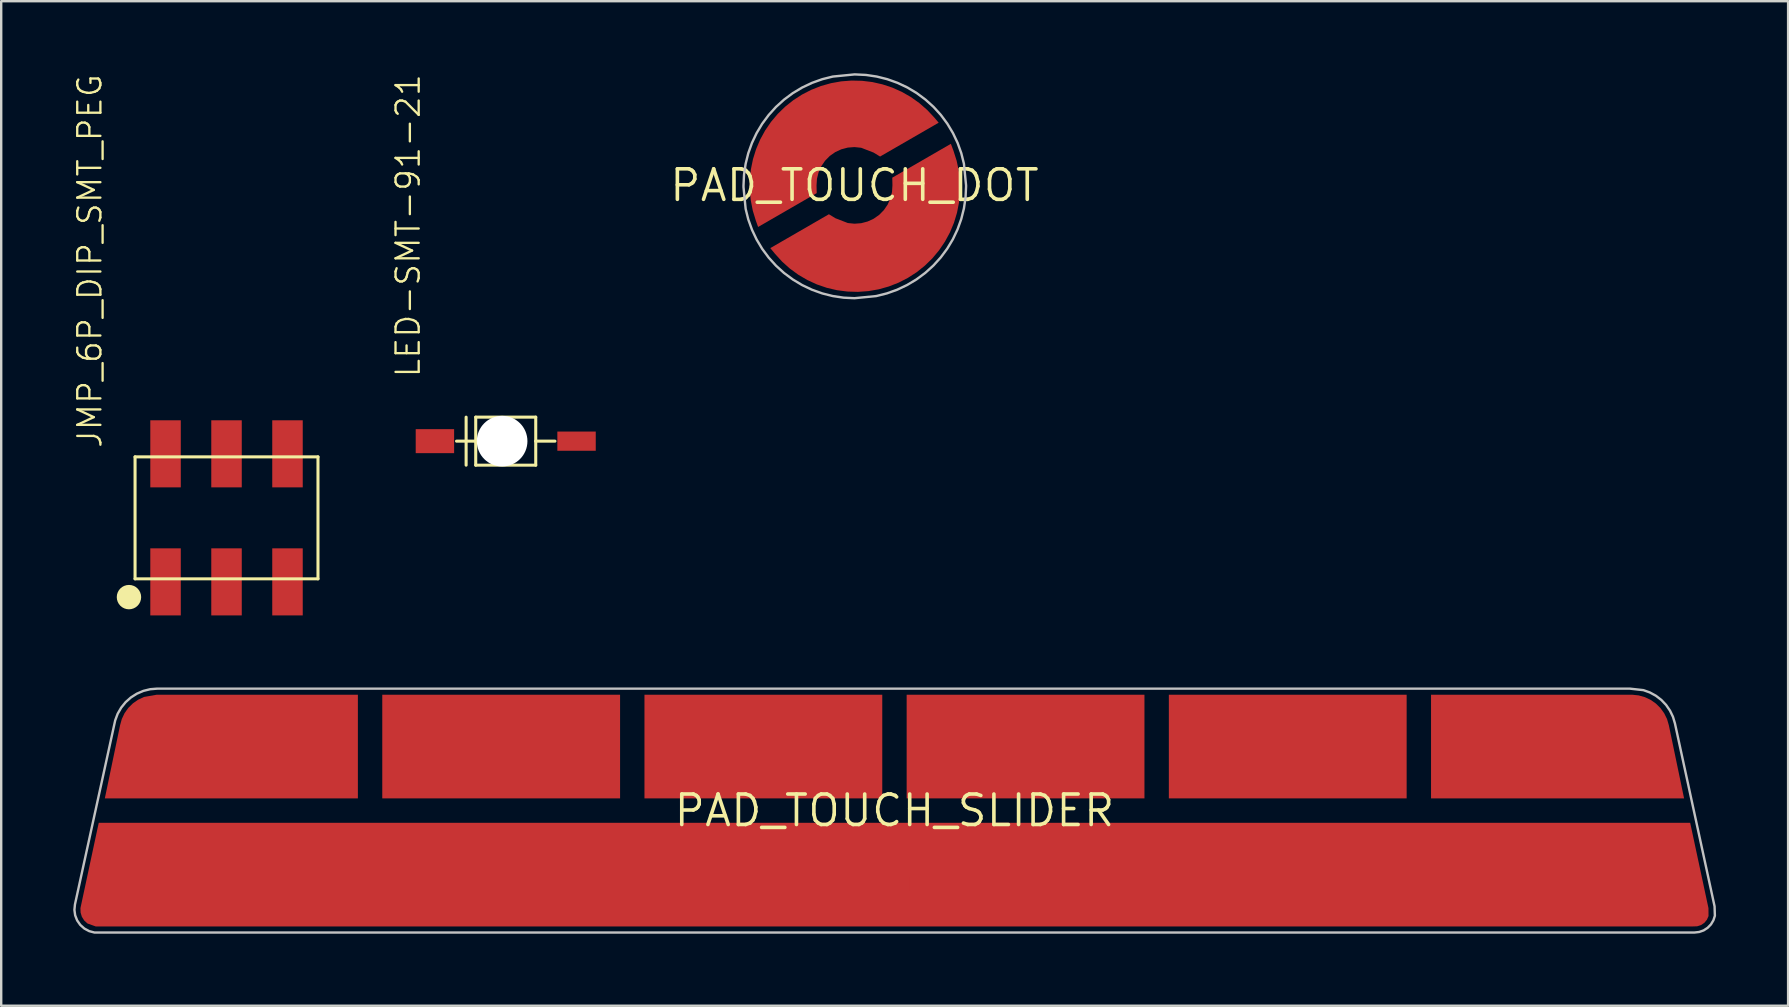
<source format=kicad_pcb>
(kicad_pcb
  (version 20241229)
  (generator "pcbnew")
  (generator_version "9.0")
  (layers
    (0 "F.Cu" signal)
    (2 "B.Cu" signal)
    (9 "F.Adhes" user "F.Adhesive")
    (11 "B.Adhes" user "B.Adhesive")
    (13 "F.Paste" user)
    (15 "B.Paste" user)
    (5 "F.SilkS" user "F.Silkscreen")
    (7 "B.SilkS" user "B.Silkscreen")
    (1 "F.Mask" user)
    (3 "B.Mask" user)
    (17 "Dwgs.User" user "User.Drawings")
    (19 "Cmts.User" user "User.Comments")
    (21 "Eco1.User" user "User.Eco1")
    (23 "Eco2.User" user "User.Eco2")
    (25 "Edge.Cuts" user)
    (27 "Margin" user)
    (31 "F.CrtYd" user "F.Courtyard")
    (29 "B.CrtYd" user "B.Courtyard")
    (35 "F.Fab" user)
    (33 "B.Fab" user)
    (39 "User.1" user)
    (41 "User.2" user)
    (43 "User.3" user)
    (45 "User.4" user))
  (footprint "PAD_TOUCH_DOT"
    (layer "F.Cu")
    (at 32.545 4.673)
    (property "Reference" "PAD_TOUCH_DOT" (at 0 0 0) (layer "F.SilkS") (effects (font (size 1.27 1.27) (thickness 0.15))))
    (attr through_hole)
    (fp_poly (pts (xy 4.015 -1.732) (xy 1.574 -0.322) (xy 1.581 -0.004) (xy 1.581 -0.004) (xy 1.563 0.274) (xy 1.496 0.545) (xy 1.382 0.799) (xy 1.224 1.029) (xy 1.029 1.227) (xy 0.801 1.387) (xy 0.548 1.504) (xy 0.278 1.575) (xy 0.001 1.596) (xy -0.276 1.568) (xy -0.794 1.368) (xy -1.066 1.202) (xy -3.507 2.612) (xy -3.311 2.85) (xy -3.017 3.173) (xy -2.692 3.465) (xy -2.339 3.722) (xy -1.962 3.943) (xy -1.566 4.125) (xy -1.152 4.267) (xy -0.727 4.366) (xy -0.294 4.422) (xy 0.143 4.435) (xy 0.578 4.404) (xy 1.008 4.329) (xy 1.429 4.211) (xy 1.836 4.052) (xy 2.224 3.853) (xy 2.591 3.616) (xy 2.932 3.343) (xy 3.245 3.038) (xy 3.524 2.703) (xy 3.769 2.341) (xy 3.977 1.957) (xy 4.145 1.554) (xy 4.271 1.136) (xy 4.355 0.707) (xy 4.396 0.272) (xy 4.393 -0.165) (xy 4.346 -0.599) (xy 4.256 -1.026) (xy 4.124 -1.442)) (stroke (width 0) (type solid)) (fill yes) (layer "F.Cu"))
    (fp_poly (pts (xy 3.507 -2.612) (xy 3.324 -2.828) (xy 3.324 -2.828) (xy 3.027 -3.144) (xy 2.701 -3.429) (xy 2.348 -3.681) (xy 1.972 -3.896) (xy 1.576 -4.073) (xy 1.165 -4.209) (xy 0.743 -4.305) (xy 0.313 -4.357) (xy -0.121 -4.367) (xy -0.553 -4.334) (xy -0.979 -4.258) (xy -1.396 -4.141) (xy -1.799 -3.982) (xy -2.185 -3.784) (xy -2.549 -3.549) (xy -2.888 -3.279) (xy -3.198 -2.977) (xy -3.477 -2.646) (xy -3.722 -2.288) (xy -3.93 -1.908) (xy -4.099 -1.509) (xy -4.228 -1.095) (xy -4.315 -0.671) (xy -4.36 -0.24) (xy -4.362 0.193) (xy -4.32 0.625) (xy -4.237 1.05) (xy -4.111 1.464) (xy -4.015 1.732) (xy -1.574 0.322) (xy -1.581 0.004) (xy -1.581 0.004) (xy -1.563 -0.274) (xy -1.496 -0.545) (xy -1.382 -0.799) (xy -1.224 -1.029) (xy -1.029 -1.227) (xy -0.801 -1.387) (xy -0.548 -1.504) (xy -0.278 -1.575) (xy -0.001 -1.596) (xy 0.276 -1.568) (xy 0.794 -1.368) (xy 1.066 -1.202)) (stroke (width 0) (type solid)) (fill yes) (layer "F.Cu"))
    (fp_poly (pts (xy 3.703 -2.578) (xy 3.421 -2.914) (xy 3.421 -2.914) (xy 3.128 -3.231) (xy 2.805 -3.518) (xy 2.457 -3.773) (xy 2.085 -3.994) (xy 1.694 -4.177) (xy 1.288 -4.323) (xy 0.869 -4.428) (xy 0.442 -4.493) (xy 0.01 -4.516) (xy -0.421 -4.498) (xy -0.849 -4.438) (xy -1.269 -4.338) (xy -1.678 -4.197) (xy -2.071 -4.018) (xy -2.445 -3.802) (xy -2.796 -3.552) (xy -3.122 -3.268) (xy -3.419 -2.954) (xy -3.685 -2.614) (xy -3.916 -2.249) (xy -4.112 -1.864) (xy -4.269 -1.462) (xy -4.387 -1.046) (xy -4.465 -0.621) (xy -4.501 -0.191) (xy -4.496 0.241) (xy -4.449 0.67) (xy -4.234 1.506) (xy -4.084 1.918)) (stroke (width 0) (type solid)) (fill yes) (layer "F.Mask"))
    (fp_poly (pts (xy 4.084 -1.918) (xy 4.234 -1.506) (xy 4.234 -1.506) (xy 4.362 -1.093) (xy 4.449 -0.67) (xy 4.496 -0.241) (xy 4.501 0.191) (xy 4.465 0.621) (xy 4.387 1.046) (xy 4.269 1.462) (xy 4.112 1.864) (xy 3.916 2.249) (xy 3.685 2.614) (xy 3.419 2.954) (xy 3.122 3.268) (xy 2.796 3.552) (xy 2.445 3.802) (xy 2.071 4.018) (xy 1.678 4.197) (xy 1.269 4.338) (xy 0.849 4.438) (xy 0.421 4.498) (xy -0.01 4.516) (xy -0.442 4.493) (xy -0.869 4.428) (xy -1.288 4.323) (xy -1.694 4.177) (xy -2.085 3.994) (xy -2.457 3.773) (xy -2.805 3.518) (xy -3.421 2.914) (xy -3.703 2.578)) (stroke (width 0) (type solid)) (fill yes) (layer "F.Mask"))
    (fp_poly (pts (xy 4.648 0) (xy 4.648 0.051) (xy 4.648 0.051) (xy 4.626 0.506) (xy 4.559 0.958) (xy 4.448 1.4) (xy 4.294 1.83) (xy 4.099 2.242) (xy 3.865 2.633) (xy 3.593 3) (xy 3.287 3.338) (xy 2.949 3.644) (xy 2.582 3.916) (xy 2.191 4.15) (xy 1.779 4.345) (xy 1.349 4.499) (xy 0.907 4.61) (xy 0 4.699) (xy 0.000001 4.699) (xy -0.453 4.677) (xy -0.902 4.61) (xy -1.342 4.5) (xy -1.769 4.347) (xy -2.179 4.153) (xy -2.568 3.92) (xy -2.933 3.65) (xy -3.269 3.345) (xy -3.573 3.009) (xy -3.844 2.644) (xy -4.077 2.255) (xy -4.271 1.845) (xy -4.424 1.418) (xy -4.534 0.978) (xy -4.623 0.076) (xy -4.623 0) (xy -4.601 -0.453) (xy -4.534 -0.902) (xy -4.424 -1.342) (xy -4.271 -1.769) (xy -4.077 -2.179) (xy -3.844 -2.568) (xy -3.573 -2.933) (xy -3.269 -3.269) (xy -2.933 -3.573) (xy -2.568 -3.844) (xy -2.179 -4.077) (xy -1.769 -4.271) (xy -1.342 -4.424) (xy -0.902 -4.534) (xy 0 -4.623) (xy 0.025 -4.623) (xy 0.025 -4.623) (xy 0.479 -4.601) (xy 0.927 -4.534) (xy 1.367 -4.424) (xy 1.794 -4.271) (xy 2.205 -4.077) (xy 2.594 -3.844) (xy 2.958 -3.573) (xy 3.294 -3.269) (xy 3.599 -2.933) (xy 3.869 -2.568) (xy 4.102 -2.179) (xy 4.296 -1.769) (xy 4.449 -1.342) (xy 4.559 -0.902)) (stroke (width 0.1) (type solid)) (fill no) (layer "Dwgs.User"))
    (pad "P$1" smd rect (at -1.371 -2.376 30) (size 1.016 0.508) (layers "F.Cu" "F.Mask"))
    (pad "P$2" smd rect (at 1.429 2.577 30) (size 1.016 0.508) (layers "F.Cu" "F.Mask")))
  (footprint "PAD_TOUCH_SLIDER"
    (layer "F.Cu")
    (at 34.21 30.716)
    (property "Reference" "PAD_TOUCH_SLIDER" (at 0 0 0) (layer "F.SilkS") (effects (font (size 1.27 1.27) (thickness 0.15))))
    (attr through_hole)
    (fp_poly (pts (xy -21.336 -0.508) (xy -21.336 -4.826) (xy -11.43 -4.826) (xy -11.43 -0.508)) (stroke (width 0) (type solid)) (fill yes) (layer "F.Cu"))
    (fp_poly (pts (xy -10.414 -0.508) (xy -10.414 -4.826) (xy -0.508 -4.826) (xy -0.508 -0.508)) (stroke (width 0) (type solid)) (fill yes) (layer "F.Cu"))
    (fp_poly (pts (xy 0.508 -4.826) (xy 0.508 -0.508) (xy 10.414 -0.508) (xy 10.414 -4.826)) (stroke (width 0) (type solid)) (fill yes) (layer "F.Cu"))
    (fp_poly (pts (xy 11.43 -0.508) (xy 11.43 -4.826) (xy 21.336 -4.826) (xy 21.336 -0.508)) (stroke (width 0) (type solid)) (fill yes) (layer "F.Cu"))
    (fp_poly (pts (xy -32.893 -0.508) (xy -32.258 -3.556) (xy -32.186 -3.815) (xy -32.071 -4.058) (xy -31.916 -4.277) (xy -31.725 -4.466) (xy -31.505 -4.62) (xy -31.261 -4.733) (xy -30.734 -4.826) (xy -22.352 -4.826) (xy -22.352 -0.508)) (stroke (width 0) (type solid)) (fill yes) (layer "F.Cu"))
    (fp_poly (pts (xy 22.352 -0.508) (xy 22.352 -4.826) (xy 30.734 -4.826) (xy 31 -4.798) (xy 31.258 -4.726) (xy 31.5 -4.612) (xy 31.719 -4.458) (xy 31.909 -4.27) (xy 32.065 -4.053) (xy 32.183 -3.813) (xy 32.258 -3.556) (xy 32.893 -0.508)) (stroke (width 0) (type solid)) (fill yes) (layer "F.Cu"))
    (fp_poly (pts (xy -33.274 4.826) (xy 33.274 4.826) (xy 33.274 4.826) (xy 33.441 4.82) (xy 33.599 4.769) (xy 33.738 4.675) (xy 33.844 4.547) (xy 33.911 4.394) (xy 33.909 4.064) (xy 33.147 0.508) (xy -33.147 0.508) (xy -33.909 4.064) (xy -33.909 4.064) (xy -33.903 4.248) (xy -33.85 4.423) (xy -33.752 4.579) (xy -33.617 4.703)) (stroke (width 0) (type solid)) (fill yes) (layer "F.Cu"))
    (fp_poly (pts (xy -21.463 -0.381) (xy -21.463 -4.953) (xy -11.303 -4.953) (xy -11.303 -0.381)) (stroke (width 0) (type solid)) (fill yes) (layer "F.Mask"))
    (fp_poly (pts (xy -10.541 -4.953) (xy -0.381 -4.953) (xy -0.381 -0.381) (xy -10.541 -0.381)) (stroke (width 0) (type solid)) (fill yes) (layer "F.Mask"))
    (fp_poly (pts (xy 0.381 -4.953) (xy 10.541 -4.953) (xy 10.541 -0.381) (xy 0.381 -0.381)) (stroke (width 0) (type solid)) (fill yes) (layer "F.Mask"))
    (fp_poly (pts (xy 11.303 -4.953) (xy 21.463 -4.953) (xy 21.463 -0.381) (xy 11.303 -0.381)) (stroke (width 0) (type solid)) (fill yes) (layer "F.Mask"))
    (fp_poly (pts (xy 22.225 -4.953) (xy 30.734 -4.953) (xy 31.025 -4.923) (xy 31.306 -4.844) (xy 31.57 -4.718) (xy 31.809 -4.549) (xy 32.015 -4.342) (xy 32.183 -4.103) (xy 32.385 -3.556) (xy 33.02 -0.508) (xy 32.893 -0.381) (xy 22.225 -0.381)) (stroke (width 0) (type solid)) (fill yes) (layer "F.Mask"))
    (fp_poly (pts (xy -33.02 -0.508) (xy -32.893 -0.381) (xy -22.225 -0.381) (xy -22.225 -4.953) (xy -30.734 -4.953) (xy -31.005 -4.952) (xy -31.273 -4.904) (xy -31.528 -4.811) (xy -31.764 -4.676) (xy -31.973 -4.503) (xy -32.149 -4.297) (xy -32.288 -4.064) (xy -32.385 -3.81)) (stroke (width 0) (type solid)) (fill yes) (layer "F.Mask"))
    (fp_poly (pts (xy 33.274 0.508) (xy 33.147 0.381) (xy -33.147 0.381) (xy -33.274 0.508) (xy -34.036 4.064) (xy -34.036 4.064) (xy -34.03 4.282) (xy -33.966 4.491) (xy -33.848 4.674) (xy -33.685 4.819) (xy -33.274 4.953) (xy 33.274 4.953) (xy 33.454 4.96) (xy 33.629 4.918) (xy 33.786 4.83) (xy 33.913 4.703) (xy 34.001 4.546) (xy 34.036 4.191)) (stroke (width 0) (type solid)) (fill yes) (layer "F.Mask"))
    (fp_poly (pts (xy 32.817 5.08) (xy 33.325 5.08) (xy 33.325 5.08) (xy 33.522 5.057) (xy 33.709 4.991) (xy 33.875 4.883) (xy 34.013 4.741) (xy 34.115 4.57) (xy 34.176 4.382) (xy 34.163 3.988) (xy 32.512 -3.632) (xy 32.512 -3.632) (xy 32.43 -3.906) (xy 32.306 -4.164) (xy 32.144 -4.4) (xy 31.947 -4.608) (xy 31.72 -4.783) (xy 31.469 -4.92) (xy 31.2 -5.017) (xy 30.632 -5.08) (xy -30.658 -5.08) (xy -30.683 -5.08) (xy -30.709 -5.08) (xy -30.709 -5.08) (xy -31.002 -5.056) (xy -31.287 -4.986) (xy -31.558 -4.87) (xy -31.806 -4.713) (xy -32.026 -4.517) (xy -32.211 -4.289) (xy -32.358 -4.034) (xy -32.461 -3.759) (xy -34.138 3.912) (xy -34.138 3.912) (xy -34.16 4.138) (xy -34.129 4.364) (xy -34.046 4.576) (xy -33.916 4.763) (xy -33.746 4.914) (xy -33.545 5.022) (xy -33.325 5.08) (xy 32.893 5.08)) (stroke (width 0.1) (type solid)) (fill no) (layer "Dwgs.User"))
    (pad "P$1" smd rect (at 0 3.048) (size 1.27 0.635) (layers "F.Cu" "F.Mask"))
    (pad "P$2" smd rect (at -27.305 -3.175) (size 1.27 0.635) (layers "F.Cu" "F.Mask"))
    (pad "P$3" smd rect (at -17.145 -3.175) (size 1.27 0.635) (layers "F.Cu" "F.Mask"))
    (pad "P$4" smd rect (at -4.826 -3.175) (size 1.27 0.635) (layers "F.Cu" "F.Mask"))
    (pad "P$5" smd rect (at 5.461 -3.175) (size 1.27 0.635) (layers "F.Cu" "F.Mask"))
    (pad "P$6" smd rect (at 16.51 -3.429) (size 1.27 0.635) (layers "F.Cu" "F.Mask"))
    (pad "P$7" smd rect (at 26.416 -2.921) (size 1.27 0.635) (layers "F.Cu" "F.Mask")))
  (footprint "JMP_6P_DIP_SMT_PEG"
    (layer "F.Cu")
    (at 6.386 18.522)
    (property "Reference" "JMP_6P_DIP_SMT_PEG" (at -5.131 -2.845 90) (layer "F.SilkS") (effects (font (size 0.965 0.965) (thickness 0.097)) (justify left bottom)))
    (attr through_hole)
    (fp_line (start -3.81 -2.54) (end -3.81 2.54) (stroke (width 0.127) (type solid)) (layer "F.SilkS"))
    (fp_line (start -3.81 2.54) (end 3.81 2.54) (stroke (width 0.127) (type solid)) (layer "F.SilkS"))
    (fp_line (start 3.81 -2.54) (end -3.81 -2.54) (stroke (width 0.127) (type solid)) (layer "F.SilkS"))
    (fp_line (start 3.81 2.54) (end 3.81 -2.54) (stroke (width 0.127) (type solid)) (layer "F.SilkS"))
    (fp_circle (center -4.064 3.302) (end -3.81 3.302) (stroke (width 0.508) (type solid)) (fill no) (layer "F.SilkS"))
    (pad "1" smd rect (at -2.54 2.667) (size 1.27 2.794) (layers "F.Cu" "F.Mask" "F.Paste"))
    (pad "2" smd rect (at -2.54 -2.667) (size 1.27 2.794) (layers "F.Cu" "F.Mask" "F.Paste"))
    (pad "3" smd rect (at 0 2.667) (size 1.27 2.794) (layers "F.Cu" "F.Mask" "F.Paste"))
    (pad "4" smd rect (at 0 -2.667) (size 1.27 2.794) (layers "F.Cu" "F.Mask" "F.Paste"))
    (pad "5" smd rect (at 2.54 2.667) (size 1.27 2.794) (layers "F.Cu" "F.Mask" "F.Paste"))
    (pad "6" smd rect (at 2.54 -2.667) (size 1.27 2.794) (layers "F.Cu" "F.Mask" "F.Paste")))
  (footprint "LED-SMT-91-21"
    (layer "F.Cu")
    (at 17.867 15.327)
    (property "Reference" "LED-SMT-91-21" (at -3.353 -2.591 90) (layer "F.SilkS") (effects (font (size 0.965 0.965) (thickness 0.097)) (justify left bottom)))
    (attr through_hole)
    (fp_line (start -1.9 0) (end -1.1 0) (stroke (width 0.127) (type solid)) (layer "F.SilkS"))
    (fp_line (start -1.5 -1) (end -1.5 1) (stroke (width 0.127) (type solid)) (layer "F.SilkS"))
    (fp_line (start -1.1 -1) (end 1.4 -1) (stroke (width 0.127) (type solid)) (layer "F.SilkS"))
    (fp_line (start -1.1 0) (end -1.1 -1) (stroke (width 0.127) (type solid)) (layer "F.SilkS"))
    (fp_line (start -1.1 1) (end -1.1 0) (stroke (width 0.127) (type solid)) (layer "F.SilkS"))
    (fp_line (start 1.4 -1) (end 1.4 0) (stroke (width 0.127) (type solid)) (layer "F.SilkS"))
    (fp_line (start 1.4 0) (end 1.4 1) (stroke (width 0.127) (type solid)) (layer "F.SilkS"))
    (fp_line (start 1.4 0) (end 2.2 0) (stroke (width 0.127) (type solid)) (layer "F.SilkS"))
    (fp_line (start 1.4 1) (end -1.1 1) (stroke (width 0.127) (type solid)) (layer "F.SilkS"))
    (pad "" np_thru_hole circle (at 0 0) (size 2.108 2.108) (drill 2.108) (layers "*.Cu" "*.Mask"))
    (pad "P$1" smd rect (at -2.8 0 90) (size 1 1.6) (layers "F.Cu" "F.Mask" "F.Paste"))
    (pad "P$2" smd rect (at 3.1 0 90) (size 0.8 1.6) (layers "F.Cu" "F.Mask" "F.Paste")))
  (gr_rect
    (start -3 -3)
    (end 71.436 38.846)
    (stroke (width 0.1) (type default))
    (fill no)
    (layer "Edge.Cuts")))
</source>
